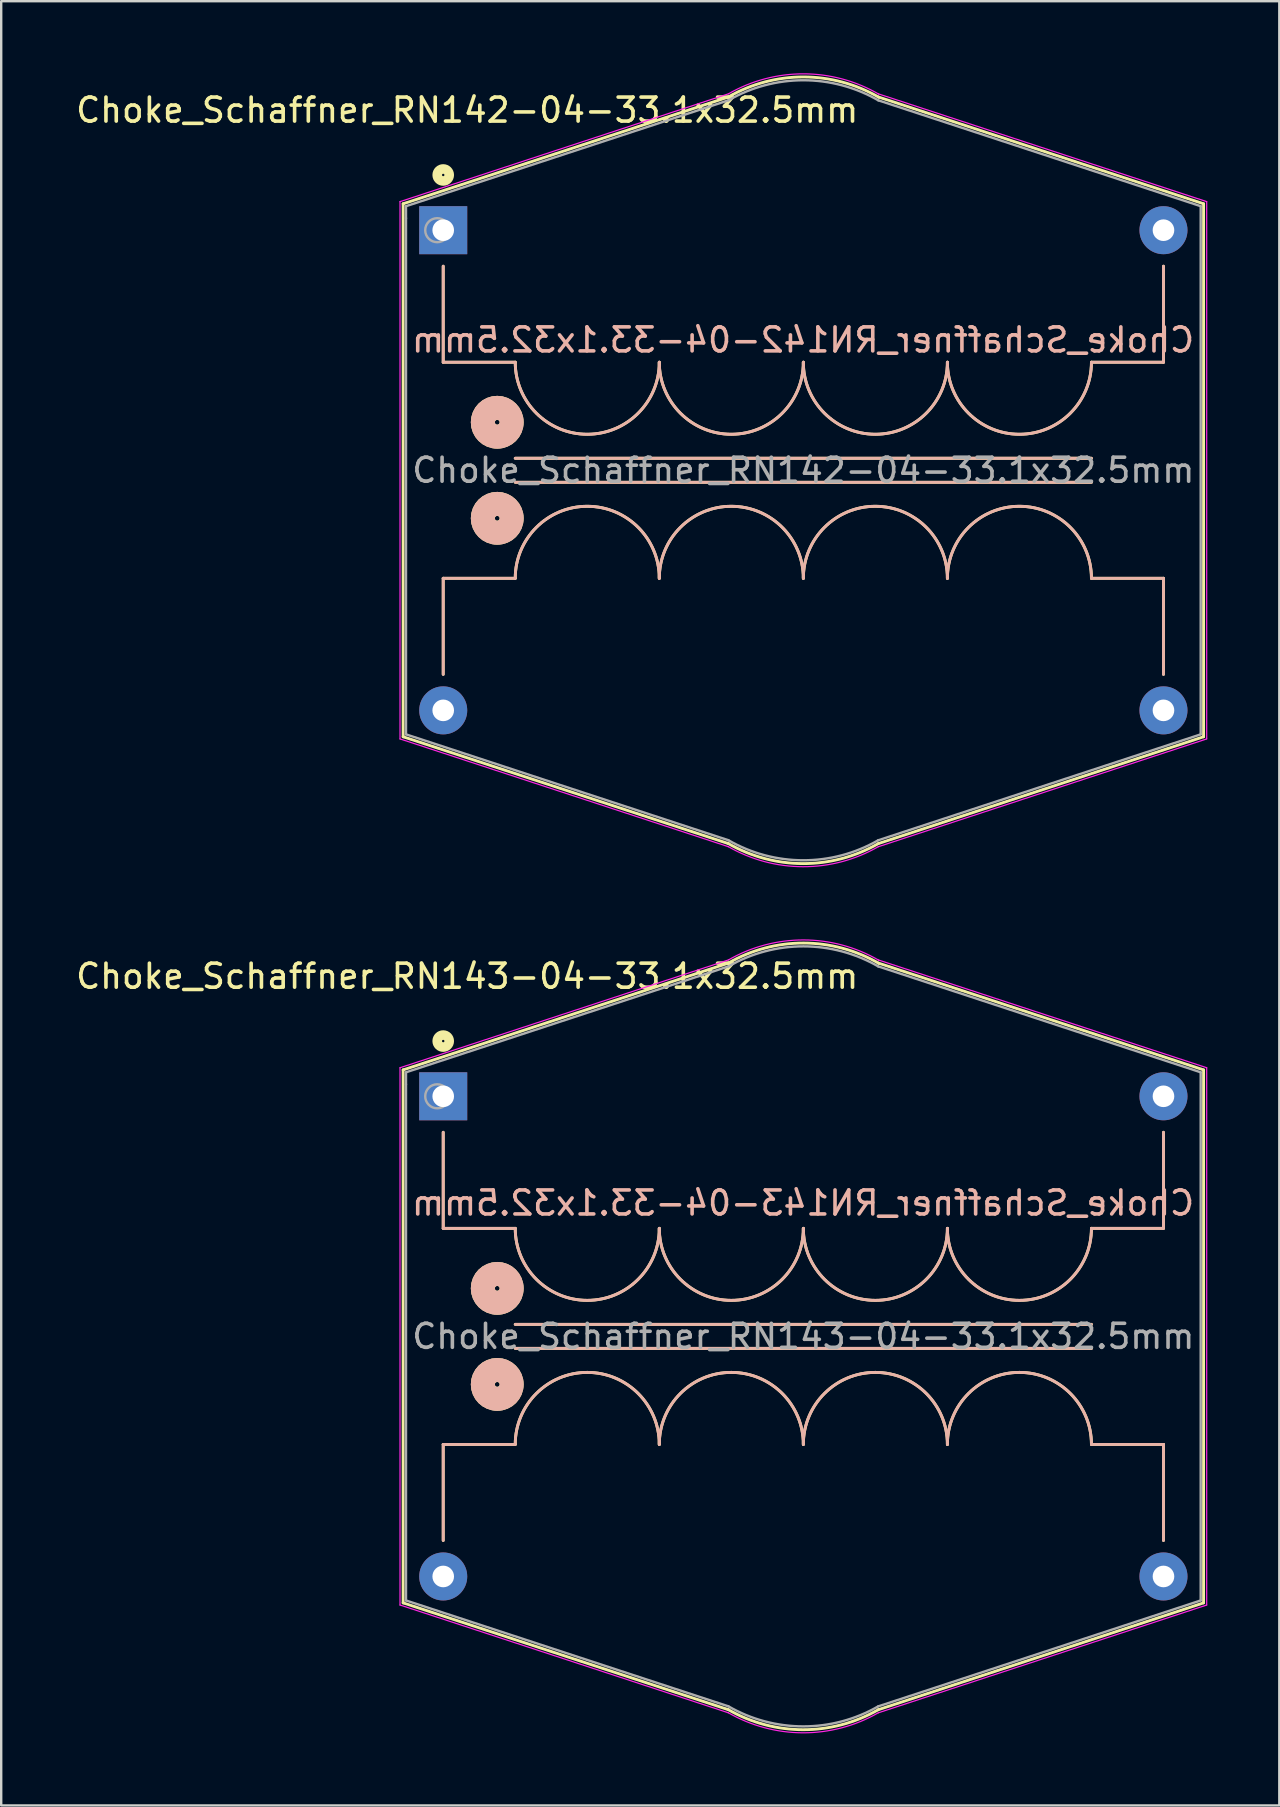
<source format=kicad_pcb>
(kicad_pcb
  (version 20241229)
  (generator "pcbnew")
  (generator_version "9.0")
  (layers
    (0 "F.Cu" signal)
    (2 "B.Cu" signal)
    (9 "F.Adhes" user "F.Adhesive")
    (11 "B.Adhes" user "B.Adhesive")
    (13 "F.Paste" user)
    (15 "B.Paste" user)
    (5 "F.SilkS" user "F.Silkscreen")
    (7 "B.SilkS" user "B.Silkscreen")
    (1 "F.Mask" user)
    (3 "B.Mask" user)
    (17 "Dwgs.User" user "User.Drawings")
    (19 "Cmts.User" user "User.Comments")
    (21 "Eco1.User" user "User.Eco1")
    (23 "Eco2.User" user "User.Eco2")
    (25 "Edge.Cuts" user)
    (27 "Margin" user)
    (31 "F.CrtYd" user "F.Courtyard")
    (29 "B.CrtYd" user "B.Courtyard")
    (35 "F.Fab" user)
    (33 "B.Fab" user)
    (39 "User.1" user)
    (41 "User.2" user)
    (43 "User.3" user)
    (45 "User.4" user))
  (footprint "Choke_Schaffner_RN142-04-33.1x32.5mm"
    (layer "F.Cu")
    (at 15.411 6.538)
    (property "Reference" "Choke_Schaffner_RN142-04-33.1x32.5mm" (at 1 -5 0) (layer "F.SilkS") (effects (font (size 1 1) (thickness 0.15))))
    (fp_line (start -1.67 -1.1) (end 11.88 -5.55) (stroke (width 0.12) (type solid)) (layer "F.SilkS"))
    (fp_line (start -1.67 21.1) (end -1.67 -1.1) (stroke (width 0.12) (type solid)) (layer "F.SilkS"))
    (fp_line (start 0 5.5) (end 0 1.5) (stroke (width 0.12) (type solid)) (layer "F.SilkS"))
    (fp_line (start 0 14.5) (end 0 18.5) (stroke (width 0.12) (type solid)) (layer "F.SilkS"))
    (fp_line (start 3 5.5) (end 0 5.5) (stroke (width 0.12) (type solid)) (layer "F.SilkS"))
    (fp_line (start 3 9.5) (end 27 9.5) (stroke (width 0.12) (type solid)) (layer "F.SilkS"))
    (fp_line (start 3 14.5) (end 0 14.5) (stroke (width 0.12) (type solid)) (layer "F.SilkS"))
    (fp_line (start 11.88 25.55) (end -1.67 21.1) (stroke (width 0.12) (type solid)) (layer "F.SilkS"))
    (fp_line (start 18.12 -5.55) (end 31.67 -1.1) (stroke (width 0.12) (type solid)) (layer "F.SilkS"))
    (fp_line (start 27 5.5) (end 30 5.5) (stroke (width 0.12) (type solid)) (layer "F.SilkS"))
    (fp_line (start 27 10.5) (end 3 10.5) (stroke (width 0.12) (type solid)) (layer "F.SilkS"))
    (fp_line (start 27 14.5) (end 30 14.5) (stroke (width 0.12) (type solid)) (layer "F.SilkS"))
    (fp_line (start 30 5.5) (end 30 1.5) (stroke (width 0.12) (type solid)) (layer "F.SilkS"))
    (fp_line (start 30 14.5) (end 30 18.5) (stroke (width 0.12) (type solid)) (layer "F.SilkS"))
    (fp_line (start 31.67 -1.1) (end 31.67 21.1) (stroke (width 0.12) (type solid)) (layer "F.SilkS"))
    (fp_line (start 31.67 21.1) (end 18.12 25.55) (stroke (width 0.12) (type solid)) (layer "F.SilkS"))
    (fp_arc (start 3 14.5) (mid 6 11.5) (end 9 14.5) (stroke (width 0.12) (type solid)) (layer "F.SilkS"))
    (fp_arc (start 9 5.5) (mid 6 8.5) (end 3 5.5) (stroke (width 0.12) (type solid)) (layer "F.SilkS"))
    (fp_arc (start 9 14.5) (mid 12 11.5) (end 15 14.5) (stroke (width 0.12) (type solid)) (layer "F.SilkS"))
    (fp_arc (start 11.88 -5.55) (mid 15.013001 -6.382518) (end 18.142518 -5.536999) (stroke (width 0.12) (type solid)) (layer "F.SilkS"))
    (fp_arc (start 15 5.5) (mid 12 8.5) (end 9 5.5) (stroke (width 0.12) (type solid)) (layer "F.SilkS"))
    (fp_arc (start 15 14.5) (mid 18 11.5) (end 21 14.5) (stroke (width 0.12) (type solid)) (layer "F.SilkS"))
    (fp_arc (start 18.12 25.55) (mid 14.986999 26.382518) (end 11.857482 25.536999) (stroke (width 0.12) (type solid)) (layer "F.SilkS"))
    (fp_arc (start 21 5.5) (mid 18 8.5) (end 15 5.5) (stroke (width 0.12) (type solid)) (layer "F.SilkS"))
    (fp_arc (start 21 14.5) (mid 24 11.5) (end 27 14.5) (stroke (width 0.12) (type solid)) (layer "F.SilkS"))
    (fp_arc (start 27 5.5) (mid 24 8.5) (end 21 5.5) (stroke (width 0.12) (type solid)) (layer "F.SilkS"))
    (fp_circle (center 0 -2.3) (end 0.05 -2.3) (stroke (width 0.4) (type solid)) (fill no) (layer "F.SilkS"))
    (fp_circle (center 2.25 8) (end 2.35 8) (stroke (width 1) (type solid)) (fill no) (layer "F.SilkS"))
    (fp_circle (center 2.25 12) (end 2.35 12) (stroke (width 1) (type solid)) (fill no) (layer "F.SilkS"))
    (fp_line (start 0 5.5) (end 0 1.5) (stroke (width 0.12) (type solid)) (layer "B.SilkS"))
    (fp_line (start 0 14.5) (end 0 18.5) (stroke (width 0.12) (type solid)) (layer "B.SilkS"))
    (fp_line (start 3 5.5) (end 0 5.5) (stroke (width 0.12) (type solid)) (layer "B.SilkS"))
    (fp_line (start 3 10.5) (end 27 10.5) (stroke (width 0.12) (type solid)) (layer "B.SilkS"))
    (fp_line (start 3 14.5) (end 0 14.5) (stroke (width 0.12) (type solid)) (layer "B.SilkS"))
    (fp_line (start 27 5.5) (end 30 5.5) (stroke (width 0.12) (type solid)) (layer "B.SilkS"))
    (fp_line (start 27 9.5) (end 3 9.5) (stroke (width 0.12) (type solid)) (layer "B.SilkS"))
    (fp_line (start 27 14.5) (end 30 14.5) (stroke (width 0.12) (type solid)) (layer "B.SilkS"))
    (fp_line (start 30 5.5) (end 30 1.5) (stroke (width 0.12) (type solid)) (layer "B.SilkS"))
    (fp_line (start 30 14.5) (end 30 18.5) (stroke (width 0.12) (type solid)) (layer "B.SilkS"))
    (fp_arc (start 3 14.5) (mid 6 11.5) (end 9 14.5) (stroke (width 0.12) (type solid)) (layer "B.SilkS"))
    (fp_arc (start 9 5.5) (mid 6 8.5) (end 3 5.5) (stroke (width 0.12) (type solid)) (layer "B.SilkS"))
    (fp_arc (start 9 14.5) (mid 12 11.5) (end 15 14.5) (stroke (width 0.12) (type solid)) (layer "B.SilkS"))
    (fp_arc (start 15 5.5) (mid 12 8.5) (end 9 5.5) (stroke (width 0.12) (type solid)) (layer "B.SilkS"))
    (fp_arc (start 15 14.5) (mid 18 11.5) (end 21 14.5) (stroke (width 0.12) (type solid)) (layer "B.SilkS"))
    (fp_arc (start 21 5.5) (mid 18 8.5) (end 15 5.5) (stroke (width 0.12) (type solid)) (layer "B.SilkS"))
    (fp_arc (start 21 14.5) (mid 24 11.5) (end 27 14.5) (stroke (width 0.12) (type solid)) (layer "B.SilkS"))
    (fp_arc (start 27 5.5) (mid 24 8.5) (end 21 5.5) (stroke (width 0.12) (type solid)) (layer "B.SilkS"))
    (fp_circle (center 2.25 8) (end 2.35 8) (stroke (width 1) (type solid)) (fill no) (layer "B.SilkS"))
    (fp_circle (center 2.25 12) (end 2.35 12) (stroke (width 1) (type solid)) (fill no) (layer "B.SilkS"))
    (fp_line (start -1.8 -1.19) (end 11.88 -5.68) (stroke (width 0.05) (type solid)) (layer "F.CrtYd"))
    (fp_line (start -1.8 21.19) (end -1.8 -1.19) (stroke (width 0.05) (type solid)) (layer "F.CrtYd"))
    (fp_line (start 11.88 25.68) (end -1.8 21.19) (stroke (width 0.05) (type solid)) (layer "F.CrtYd"))
    (fp_line (start 18.12 -5.68) (end 31.8 -1.19) (stroke (width 0.05) (type solid)) (layer "F.CrtYd"))
    (fp_line (start 31.8 -1.19) (end 31.8 21.19) (stroke (width 0.05) (type solid)) (layer "F.CrtYd"))
    (fp_line (start 31.8 21.19) (end 18.12 25.68) (stroke (width 0.05) (type solid)) (layer "F.CrtYd"))
    (fp_arc (start 11.88 -5.68) (mid 15.013001 -6.512518) (end 18.142518 -5.666999) (stroke (width 0.05) (type solid)) (layer "F.CrtYd"))
    (fp_arc (start 18.12 25.68) (mid 14.986999 26.512518) (end 11.857482 25.666999) (stroke (width 0.05) (type solid)) (layer "F.CrtYd"))
    (fp_line (start -1.55 -1) (end 11.88 -5.41) (stroke (width 0.1) (type solid)) (layer "F.Fab"))
    (fp_line (start -1.55 -0.5) (end -1.55 -1) (stroke (width 0.1) (type solid)) (layer "F.Fab"))
    (fp_line (start -1.55 21) (end -1.55 -0.5) (stroke (width 0.1) (type solid)) (layer "F.Fab"))
    (fp_line (start 11.88 25.41) (end -1.55 21) (stroke (width 0.1) (type solid)) (layer "F.Fab"))
    (fp_line (start 18.12 -5.41) (end 31.55 -1) (stroke (width 0.1) (type solid)) (layer "F.Fab"))
    (fp_line (start 31.55 -1) (end 31.55 21) (stroke (width 0.1) (type solid)) (layer "F.Fab"))
    (fp_line (start 31.55 21) (end 18.12 25.41) (stroke (width 0.1) (type solid)) (layer "F.Fab"))
    (fp_arc (start 11.88 -5.41) (mid 15.003001 -6.245197) (end 18.125197 -5.406999) (stroke (width 0.1) (type solid)) (layer "F.Fab"))
    (fp_arc (start 18.12 25.41) (mid 14.996999 26.245197) (end 11.874803 25.406999) (stroke (width 0.1) (type solid)) (layer "F.Fab"))
    (fp_circle (center -0.25 0) (end 0.25 0) (stroke (width 0.1) (type solid)) (fill no) (layer "F.Fab"))
    (fp_text user "${REFERENCE}" (at 14.986 4.572 0) (layer "B.SilkS") (effects (font (size 1 1) (thickness 0.15)) (justify mirror)))
    (fp_text user "${REFERENCE}" (at 15 10 0) (layer "F.Fab") (effects (font (size 1 1) (thickness 0.15))))
    (pad "1" thru_hole rect (at 0 0) (size 2 2) (drill 0.9) (layers "*.Cu" "*.Mask"))
    (pad "2" thru_hole circle (at 30 0) (size 2 2) (drill 0.9) (layers "*.Cu" "*.Mask"))
    (pad "3" thru_hole circle (at 0 20) (size 2 2) (drill 0.9) (layers "*.Cu" "*.Mask"))
    (pad "4" thru_hole circle (at 30 20) (size 2 2) (drill 0.9) (layers "*.Cu" "*.Mask")))
  (footprint "Choke_Schaffner_RN143-04-33.1x32.5mm"
    (layer "F.Cu")
    (at 15.411 42.613)
    (property "Reference" "Choke_Schaffner_RN143-04-33.1x32.5mm" (at 1 -5 0) (layer "F.SilkS") (effects (font (size 1 1) (thickness 0.15))))
    (fp_line (start -1.67 -1.1) (end 11.88 -5.55) (stroke (width 0.12) (type solid)) (layer "F.SilkS"))
    (fp_line (start -1.67 21.1) (end -1.67 -1.1) (stroke (width 0.12) (type solid)) (layer "F.SilkS"))
    (fp_line (start 0 5.5) (end 0 1.5) (stroke (width 0.12) (type solid)) (layer "F.SilkS"))
    (fp_line (start 0 14.5) (end 0 18.5) (stroke (width 0.12) (type solid)) (layer "F.SilkS"))
    (fp_line (start 3 5.5) (end 0 5.5) (stroke (width 0.12) (type solid)) (layer "F.SilkS"))
    (fp_line (start 3 9.5) (end 27 9.5) (stroke (width 0.12) (type solid)) (layer "F.SilkS"))
    (fp_line (start 3 14.5) (end 0 14.5) (stroke (width 0.12) (type solid)) (layer "F.SilkS"))
    (fp_line (start 11.88 25.55) (end -1.67 21.1) (stroke (width 0.12) (type solid)) (layer "F.SilkS"))
    (fp_line (start 18.12 -5.55) (end 31.67 -1.1) (stroke (width 0.12) (type solid)) (layer "F.SilkS"))
    (fp_line (start 27 5.5) (end 30 5.5) (stroke (width 0.12) (type solid)) (layer "F.SilkS"))
    (fp_line (start 27 10.5) (end 3 10.5) (stroke (width 0.12) (type solid)) (layer "F.SilkS"))
    (fp_line (start 27 14.5) (end 30 14.5) (stroke (width 0.12) (type solid)) (layer "F.SilkS"))
    (fp_line (start 30 5.5) (end 30 1.5) (stroke (width 0.12) (type solid)) (layer "F.SilkS"))
    (fp_line (start 30 14.5) (end 30 18.5) (stroke (width 0.12) (type solid)) (layer "F.SilkS"))
    (fp_line (start 31.67 -1.1) (end 31.67 21.1) (stroke (width 0.12) (type solid)) (layer "F.SilkS"))
    (fp_line (start 31.67 21.1) (end 18.12 25.55) (stroke (width 0.12) (type solid)) (layer "F.SilkS"))
    (fp_arc (start 3 14.5) (mid 6 11.5) (end 9 14.5) (stroke (width 0.12) (type solid)) (layer "F.SilkS"))
    (fp_arc (start 9 5.5) (mid 6 8.5) (end 3 5.5) (stroke (width 0.12) (type solid)) (layer "F.SilkS"))
    (fp_arc (start 9 14.5) (mid 12 11.5) (end 15 14.5) (stroke (width 0.12) (type solid)) (layer "F.SilkS"))
    (fp_arc (start 11.88 -5.55) (mid 15.013001 -6.382518) (end 18.142518 -5.536999) (stroke (width 0.12) (type solid)) (layer "F.SilkS"))
    (fp_arc (start 15 5.5) (mid 12 8.5) (end 9 5.5) (stroke (width 0.12) (type solid)) (layer "F.SilkS"))
    (fp_arc (start 15 14.5) (mid 18 11.5) (end 21 14.5) (stroke (width 0.12) (type solid)) (layer "F.SilkS"))
    (fp_arc (start 18.12 25.55) (mid 14.986999 26.382518) (end 11.857482 25.536999) (stroke (width 0.12) (type solid)) (layer "F.SilkS"))
    (fp_arc (start 21 5.5) (mid 18 8.5) (end 15 5.5) (stroke (width 0.12) (type solid)) (layer "F.SilkS"))
    (fp_arc (start 21 14.5) (mid 24 11.5) (end 27 14.5) (stroke (width 0.12) (type solid)) (layer "F.SilkS"))
    (fp_arc (start 27 5.5) (mid 24 8.5) (end 21 5.5) (stroke (width 0.12) (type solid)) (layer "F.SilkS"))
    (fp_circle (center 0 -2.3) (end 0.05 -2.3) (stroke (width 0.4) (type solid)) (fill no) (layer "F.SilkS"))
    (fp_circle (center 2.25 8) (end 2.35 8) (stroke (width 1) (type solid)) (fill no) (layer "F.SilkS"))
    (fp_circle (center 2.25 12) (end 2.35 12) (stroke (width 1) (type solid)) (fill no) (layer "F.SilkS"))
    (fp_line (start 0 5.5) (end 0 1.5) (stroke (width 0.12) (type solid)) (layer "B.SilkS"))
    (fp_line (start 0 14.5) (end 0 18.5) (stroke (width 0.12) (type solid)) (layer "B.SilkS"))
    (fp_line (start 3 5.5) (end 0 5.5) (stroke (width 0.12) (type solid)) (layer "B.SilkS"))
    (fp_line (start 3 10.5) (end 27 10.5) (stroke (width 0.12) (type solid)) (layer "B.SilkS"))
    (fp_line (start 3 14.5) (end 0 14.5) (stroke (width 0.12) (type solid)) (layer "B.SilkS"))
    (fp_line (start 27 5.5) (end 30 5.5) (stroke (width 0.12) (type solid)) (layer "B.SilkS"))
    (fp_line (start 27 9.5) (end 3 9.5) (stroke (width 0.12) (type solid)) (layer "B.SilkS"))
    (fp_line (start 27 14.5) (end 30 14.5) (stroke (width 0.12) (type solid)) (layer "B.SilkS"))
    (fp_line (start 30 5.5) (end 30 1.5) (stroke (width 0.12) (type solid)) (layer "B.SilkS"))
    (fp_line (start 30 14.5) (end 30 18.5) (stroke (width 0.12) (type solid)) (layer "B.SilkS"))
    (fp_arc (start 3 14.5) (mid 6 11.5) (end 9 14.5) (stroke (width 0.12) (type solid)) (layer "B.SilkS"))
    (fp_arc (start 9 5.5) (mid 6 8.5) (end 3 5.5) (stroke (width 0.12) (type solid)) (layer "B.SilkS"))
    (fp_arc (start 9 14.5) (mid 12 11.5) (end 15 14.5) (stroke (width 0.12) (type solid)) (layer "B.SilkS"))
    (fp_arc (start 15 5.5) (mid 12 8.5) (end 9 5.5) (stroke (width 0.12) (type solid)) (layer "B.SilkS"))
    (fp_arc (start 15 14.5) (mid 18 11.5) (end 21 14.5) (stroke (width 0.12) (type solid)) (layer "B.SilkS"))
    (fp_arc (start 21 5.5) (mid 18 8.5) (end 15 5.5) (stroke (width 0.12) (type solid)) (layer "B.SilkS"))
    (fp_arc (start 21 14.5) (mid 24 11.5) (end 27 14.5) (stroke (width 0.12) (type solid)) (layer "B.SilkS"))
    (fp_arc (start 27 5.5) (mid 24 8.5) (end 21 5.5) (stroke (width 0.12) (type solid)) (layer "B.SilkS"))
    (fp_circle (center 2.25 8) (end 2.35 8) (stroke (width 1) (type solid)) (fill no) (layer "B.SilkS"))
    (fp_circle (center 2.25 12) (end 2.35 12) (stroke (width 1) (type solid)) (fill no) (layer "B.SilkS"))
    (fp_line (start -1.8 -1.19) (end 11.88 -5.68) (stroke (width 0.05) (type solid)) (layer "F.CrtYd"))
    (fp_line (start -1.8 21.19) (end -1.8 -1.19) (stroke (width 0.05) (type solid)) (layer "F.CrtYd"))
    (fp_line (start 11.88 25.68) (end -1.8 21.19) (stroke (width 0.05) (type solid)) (layer "F.CrtYd"))
    (fp_line (start 18.12 -5.68) (end 31.8 -1.19) (stroke (width 0.05) (type solid)) (layer "F.CrtYd"))
    (fp_line (start 31.8 -1.19) (end 31.8 21.19) (stroke (width 0.05) (type solid)) (layer "F.CrtYd"))
    (fp_line (start 31.8 21.19) (end 18.12 25.68) (stroke (width 0.05) (type solid)) (layer "F.CrtYd"))
    (fp_arc (start 11.88 -5.68) (mid 15.013001 -6.512518) (end 18.142518 -5.666999) (stroke (width 0.05) (type solid)) (layer "F.CrtYd"))
    (fp_arc (start 18.12 25.68) (mid 14.986999 26.512518) (end 11.857482 25.666999) (stroke (width 0.05) (type solid)) (layer "F.CrtYd"))
    (fp_line (start -1.55 -1) (end 11.88 -5.41) (stroke (width 0.1) (type solid)) (layer "F.Fab"))
    (fp_line (start -1.55 -0.5) (end -1.55 -1) (stroke (width 0.1) (type solid)) (layer "F.Fab"))
    (fp_line (start -1.55 21) (end -1.55 -0.5) (stroke (width 0.1) (type solid)) (layer "F.Fab"))
    (fp_line (start 11.88 25.41) (end -1.55 21) (stroke (width 0.1) (type solid)) (layer "F.Fab"))
    (fp_line (start 18.12 -5.41) (end 31.55 -1) (stroke (width 0.1) (type solid)) (layer "F.Fab"))
    (fp_line (start 31.55 -1) (end 31.55 21) (stroke (width 0.1) (type solid)) (layer "F.Fab"))
    (fp_line (start 31.55 21) (end 18.12 25.41) (stroke (width 0.1) (type solid)) (layer "F.Fab"))
    (fp_arc (start 11.88 -5.41) (mid 15.003001 -6.245197) (end 18.125197 -5.406999) (stroke (width 0.1) (type solid)) (layer "F.Fab"))
    (fp_arc (start 18.12 25.41) (mid 14.996999 26.245197) (end 11.874803 25.406999) (stroke (width 0.1) (type solid)) (layer "F.Fab"))
    (fp_circle (center -0.25 0) (end 0.25 0) (stroke (width 0.1) (type solid)) (fill no) (layer "F.Fab"))
    (fp_text user "${REFERENCE}" (at 14.986 4.445 0) (layer "B.SilkS") (effects (font (size 1 1) (thickness 0.15)) (justify mirror)))
    (fp_text user "${REFERENCE}" (at 15 10 0) (layer "F.Fab") (effects (font (size 1 1) (thickness 0.15))))
    (pad "1" thru_hole rect (at 0 0) (size 2 2) (drill 0.9) (layers "*.Cu" "*.Mask"))
    (pad "2" thru_hole circle (at 30 0) (size 2 2) (drill 0.9) (layers "*.Cu" "*.Mask"))
    (pad "3" thru_hole circle (at 0 20) (size 2 2) (drill 0.9) (layers "*.Cu" "*.Mask"))
    (pad "4" thru_hole circle (at 30 20) (size 2 2) (drill 0.9) (layers "*.Cu" "*.Mask")))
  (gr_rect
    (start -3 -3)
    (end 50.236 72.15)
    (stroke (width 0.1) (type default))
    (fill no)
    (layer "Edge.Cuts")))
</source>
